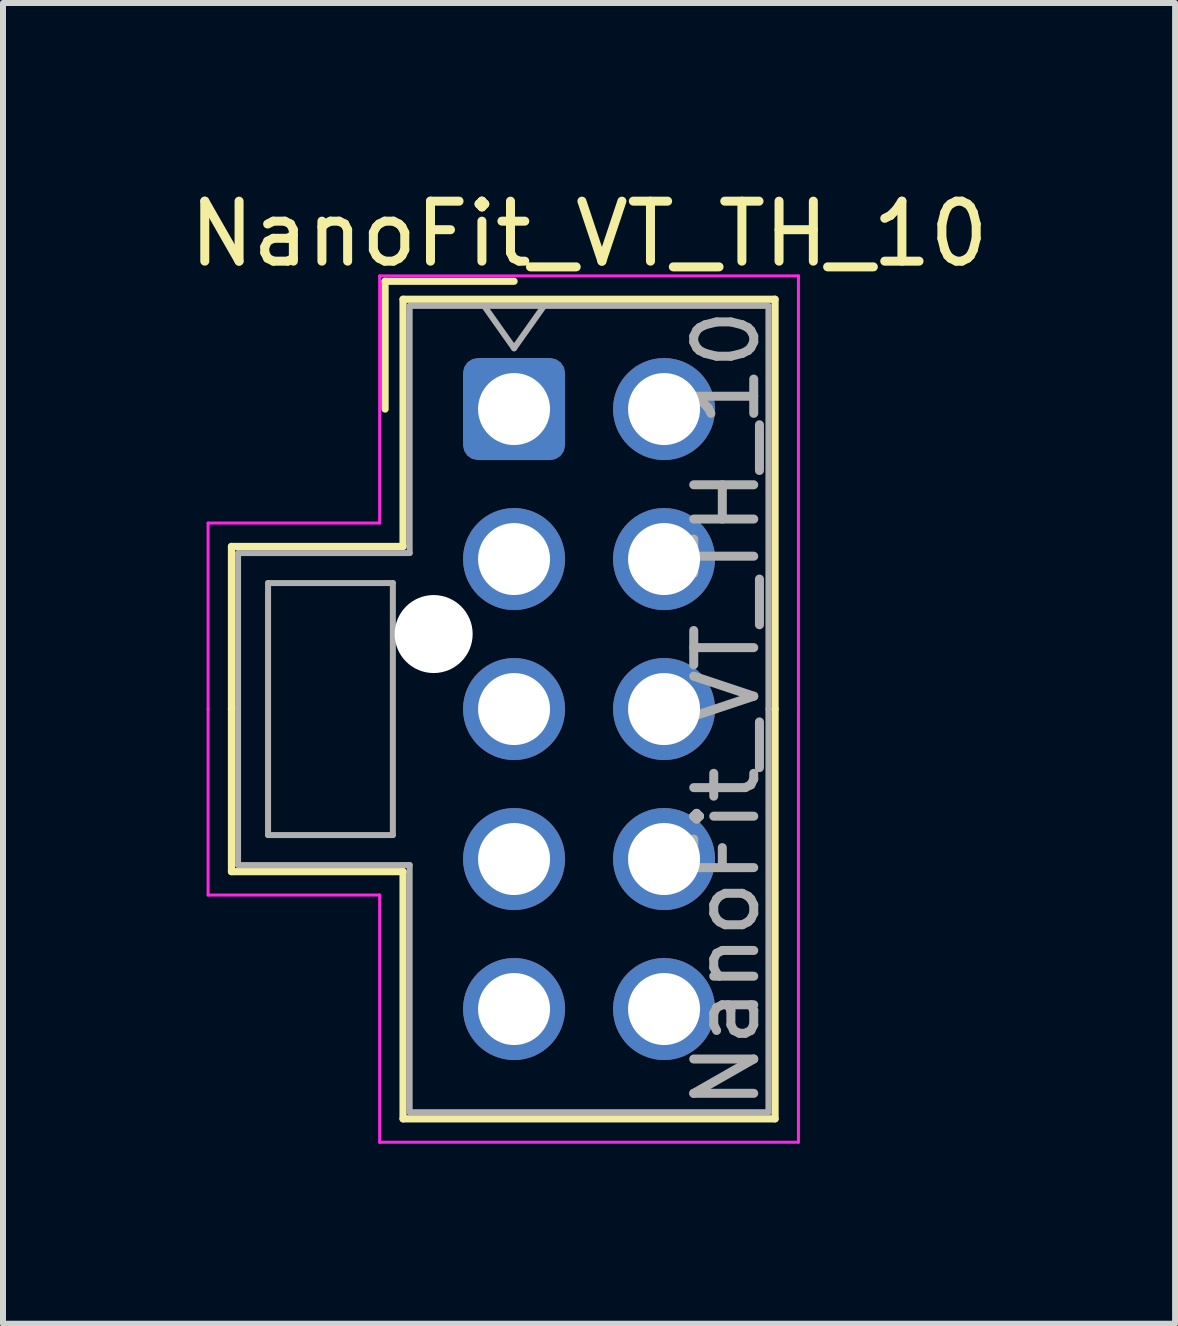
<source format=kicad_pcb>
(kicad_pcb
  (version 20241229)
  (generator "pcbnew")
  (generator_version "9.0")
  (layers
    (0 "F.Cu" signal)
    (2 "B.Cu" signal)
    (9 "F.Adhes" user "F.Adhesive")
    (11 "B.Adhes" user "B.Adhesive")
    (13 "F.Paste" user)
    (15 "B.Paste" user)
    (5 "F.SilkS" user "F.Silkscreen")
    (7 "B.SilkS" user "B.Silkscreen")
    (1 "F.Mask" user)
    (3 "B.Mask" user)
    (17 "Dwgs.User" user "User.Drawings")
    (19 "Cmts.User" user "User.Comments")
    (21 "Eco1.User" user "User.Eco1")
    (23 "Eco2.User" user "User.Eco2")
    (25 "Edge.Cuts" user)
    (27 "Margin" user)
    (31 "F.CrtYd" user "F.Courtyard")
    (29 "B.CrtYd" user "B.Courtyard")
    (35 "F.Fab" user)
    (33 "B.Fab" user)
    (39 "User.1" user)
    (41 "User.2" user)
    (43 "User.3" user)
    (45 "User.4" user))
  (footprint "NanoFit_VT_TH_10"
    (layer "F.Cu")
    (at 5.518 3.768)
    (property "Reference" "NanoFit_VT_TH_10" (at 1.25 -2.92 0) (layer "F.SilkS") (effects (font (size 1 1) (thickness 0.15))))
    (attr through_hole)
    (fp_line (start -4.71 2.29) (end -4.71 5) (stroke (width 0.12) (type solid)) (layer "F.SilkS"))
    (fp_line (start -4.71 7.71) (end -4.71 5) (stroke (width 0.12) (type solid)) (layer "F.SilkS"))
    (fp_line (start -2.15 -2.13) (end -2.15 0) (stroke (width 0.12) (type solid)) (layer "F.SilkS"))
    (fp_line (start -1.85 -1.83) (end -1.85 2.29) (stroke (width 0.12) (type solid)) (layer "F.SilkS"))
    (fp_line (start -1.85 2.29) (end -4.71 2.29) (stroke (width 0.12) (type solid)) (layer "F.SilkS"))
    (fp_line (start -1.85 7.71) (end -4.71 7.71) (stroke (width 0.12) (type solid)) (layer "F.SilkS"))
    (fp_line (start -1.85 11.83) (end -1.85 7.71) (stroke (width 0.12) (type solid)) (layer "F.SilkS"))
    (fp_line (start 0 -2.13) (end -2.15 -2.13) (stroke (width 0.12) (type solid)) (layer "F.SilkS"))
    (fp_line (start 4.35 -1.83) (end -1.85 -1.83) (stroke (width 0.12) (type solid)) (layer "F.SilkS"))
    (fp_line (start 4.35 5) (end 4.35 -1.83) (stroke (width 0.12) (type solid)) (layer "F.SilkS"))
    (fp_line (start 4.35 5) (end 4.35 11.83) (stroke (width 0.12) (type solid)) (layer "F.SilkS"))
    (fp_line (start 4.35 11.83) (end -1.85 11.83) (stroke (width 0.12) (type solid)) (layer "F.SilkS"))
    (fp_line (start -5.1 1.9) (end -5.1 5) (stroke (width 0.05) (type solid)) (layer "F.CrtYd"))
    (fp_line (start -5.1 8.1) (end -5.1 5) (stroke (width 0.05) (type solid)) (layer "F.CrtYd"))
    (fp_line (start -2.24 -2.22) (end -2.24 1.9) (stroke (width 0.05) (type solid)) (layer "F.CrtYd"))
    (fp_line (start -2.24 1.9) (end -5.1 1.9) (stroke (width 0.05) (type solid)) (layer "F.CrtYd"))
    (fp_line (start -2.24 8.1) (end -5.1 8.1) (stroke (width 0.05) (type solid)) (layer "F.CrtYd"))
    (fp_line (start -2.24 12.22) (end -2.24 8.1) (stroke (width 0.05) (type solid)) (layer "F.CrtYd"))
    (fp_line (start 4.74 -2.22) (end -2.24 -2.22) (stroke (width 0.05) (type solid)) (layer "F.CrtYd"))
    (fp_line (start 4.74 5) (end 4.74 -2.22) (stroke (width 0.05) (type solid)) (layer "F.CrtYd"))
    (fp_line (start 4.74 5) (end 4.74 12.22) (stroke (width 0.05) (type solid)) (layer "F.CrtYd"))
    (fp_line (start 4.74 12.22) (end -2.24 12.22) (stroke (width 0.05) (type solid)) (layer "F.CrtYd"))
    (fp_line (start -4.6 2.4) (end -4.6 5) (stroke (width 0.1) (type solid)) (layer "F.Fab"))
    (fp_line (start -4.6 7.6) (end -4.6 5) (stroke (width 0.1) (type solid)) (layer "F.Fab"))
    (fp_line (start -4.1 2.9) (end -4.1 7.1) (stroke (width 0.1) (type solid)) (layer "F.Fab"))
    (fp_line (start -4.1 7.1) (end -2.02 7.1) (stroke (width 0.1) (type solid)) (layer "F.Fab"))
    (fp_line (start -2.02 2.9) (end -4.1 2.9) (stroke (width 0.1) (type solid)) (layer "F.Fab"))
    (fp_line (start -2.02 7.1) (end -2.02 2.9) (stroke (width 0.1) (type solid)) (layer "F.Fab"))
    (fp_line (start -1.74 -1.72) (end -1.74 2.4) (stroke (width 0.1) (type solid)) (layer "F.Fab"))
    (fp_line (start -1.74 2.4) (end -4.6 2.4) (stroke (width 0.1) (type solid)) (layer "F.Fab"))
    (fp_line (start -1.74 7.6) (end -4.6 7.6) (stroke (width 0.1) (type solid)) (layer "F.Fab"))
    (fp_line (start -1.74 11.72) (end -1.74 7.6) (stroke (width 0.1) (type solid)) (layer "F.Fab"))
    (fp_line (start -0.5 -1.72) (end 0 -1.013) (stroke (width 0.1) (type solid)) (layer "F.Fab"))
    (fp_line (start 0 -1.013) (end 0.5 -1.72) (stroke (width 0.1) (type solid)) (layer "F.Fab"))
    (fp_line (start 4.24 -1.72) (end -1.74 -1.72) (stroke (width 0.1) (type solid)) (layer "F.Fab"))
    (fp_line (start 4.24 5) (end 4.24 -1.72) (stroke (width 0.1) (type solid)) (layer "F.Fab"))
    (fp_line (start 4.24 5) (end 4.24 11.72) (stroke (width 0.1) (type solid)) (layer "F.Fab"))
    (fp_line (start 4.24 11.72) (end -1.74 11.72) (stroke (width 0.1) (type solid)) (layer "F.Fab"))
    (fp_text user "${REFERENCE}" (at 3.54 5 90) (layer "F.Fab") (effects (font (size 1 1) (thickness 0.15))))
    (pad "" np_thru_hole circle (at -1.34 3.75) (size 1.3 1.3) (drill 1.3) (layers "*.Cu" "*.Mask"))
    (pad "1" thru_hole roundrect (at 0 0) (size 1.7 1.7) (drill 1.2) (layers "*.Cu" "*.Mask") (roundrect_rratio 0.147))
    (pad "2" thru_hole circle (at 0 2.5) (size 1.7 1.7) (drill 1.2) (layers "*.Cu" "*.Mask"))
    (pad "3" thru_hole circle (at 0 5) (size 1.7 1.7) (drill 1.2) (layers "*.Cu" "*.Mask"))
    (pad "4" thru_hole circle (at 0 7.5) (size 1.7 1.7) (drill 1.2) (layers "*.Cu" "*.Mask"))
    (pad "5" thru_hole circle (at 0 10) (size 1.7 1.7) (drill 1.2) (layers "*.Cu" "*.Mask"))
    (pad "6" thru_hole circle (at 2.5 0) (size 1.7 1.7) (drill 1.2) (layers "*.Cu" "*.Mask"))
    (pad "7" thru_hole circle (at 2.5 2.5) (size 1.7 1.7) (drill 1.2) (layers "*.Cu" "*.Mask"))
    (pad "8" thru_hole circle (at 2.5 5) (size 1.7 1.7) (drill 1.2) (layers "*.Cu" "*.Mask"))
    (pad "9" thru_hole circle (at 2.5 7.5) (size 1.7 1.7) (drill 1.2) (layers "*.Cu" "*.Mask"))
    (pad "10" thru_hole circle (at 2.5 10) (size 1.7 1.7) (drill 1.2) (layers "*.Cu" "*.Mask")))
  (gr_rect
    (start -3 -3)
    (end 16.536 19.013)
    (stroke (width 0.1) (type default))
    (fill no)
    (layer "Edge.Cuts")))
</source>
